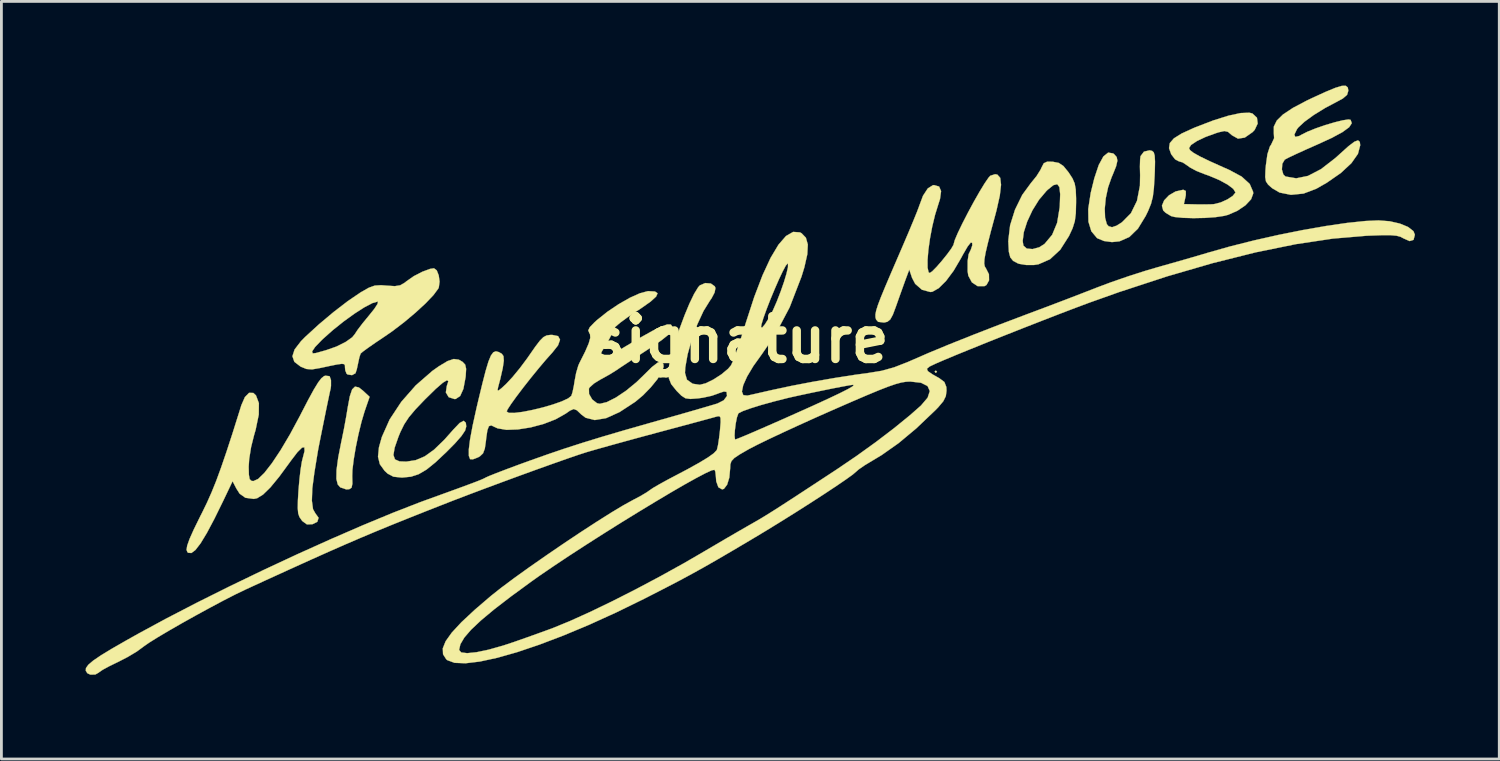
<source format=kicad_pcb>
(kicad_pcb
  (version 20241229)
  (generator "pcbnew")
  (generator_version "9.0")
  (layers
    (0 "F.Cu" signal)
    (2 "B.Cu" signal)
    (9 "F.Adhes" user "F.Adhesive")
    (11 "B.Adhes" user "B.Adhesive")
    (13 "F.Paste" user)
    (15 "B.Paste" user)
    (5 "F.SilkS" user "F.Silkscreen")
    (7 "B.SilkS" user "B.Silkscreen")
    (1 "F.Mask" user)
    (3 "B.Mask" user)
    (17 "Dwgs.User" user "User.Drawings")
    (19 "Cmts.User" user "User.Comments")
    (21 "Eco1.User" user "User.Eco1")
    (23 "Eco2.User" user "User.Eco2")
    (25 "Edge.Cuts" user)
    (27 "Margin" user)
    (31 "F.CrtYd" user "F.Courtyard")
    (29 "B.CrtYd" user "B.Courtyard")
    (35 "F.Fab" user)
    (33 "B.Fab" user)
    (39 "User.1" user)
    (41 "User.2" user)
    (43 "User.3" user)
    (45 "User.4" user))
  (footprint "signature"
    (layer "F.Cu")
    (at 23.29 9.044)
    (property "Reference" "signature" (at 0 0 0) (layer "F.SilkS") (effects (font (size 1.524 1.524) (thickness 0.3))))
    (attr through_hole)
    (fp_poly (pts (xy 7.027 1.143) (xy 6.985 1.185) (xy 6.943 1.143) (xy 6.985 1.101) (xy 7.027 1.143)) (stroke (width 0.01) (type solid)) (fill yes) (layer "F.SilkS"))
    (fp_poly (pts (xy -13.561 1.703) (xy -13.416 1.816) (xy -13.178 2.037) (xy -13.359 2.563) (xy -13.468 2.93) (xy -13.575 3.37) (xy -13.671 3.834) (xy -13.745 4.275) (xy -13.79 4.642) (xy -13.797 4.861) (xy -13.791 5.131) (xy -13.82 5.272) (xy -13.902 5.327) (xy -14.009 5.334) (xy -14.223 5.261) (xy -14.313 5.157) (xy -14.361 4.961) (xy -14.356 4.647) (xy -14.296 4.2) (xy -14.18 3.608) (xy -14.168 3.556) (xy -14.088 3.161) (xy -14.006 2.714) (xy -13.957 2.413) (xy -13.882 2.015) (xy -13.8 1.772) (xy -13.697 1.673) (xy -13.561 1.703)) (stroke (width 0.01) (type solid)) (fill yes) (layer "F.SilkS"))
    (fp_poly (pts (xy 14.689 -6.72) (xy 14.746 -6.669) (xy 14.779 -6.551) (xy 14.791 -6.336) (xy 14.784 -5.994) (xy 14.776 -5.815) (xy 14.751 -5.395) (xy 14.713 -5.087) (xy 14.648 -4.834) (xy 14.544 -4.579) (xy 14.46 -4.406) (xy 14.182 -3.951) (xy 13.876 -3.654) (xy 13.528 -3.501) (xy 13.259 -3.473) (xy 12.972 -3.512) (xy 12.74 -3.608) (xy 12.721 -3.622) (xy 12.523 -3.859) (xy 12.42 -4.198) (xy 12.413 -4.65) (xy 12.501 -5.224) (xy 12.63 -5.748) (xy 12.787 -6.218) (xy 12.952 -6.522) (xy 13.123 -6.66) (xy 13.299 -6.631) (xy 13.335 -6.604) (xy 13.426 -6.501) (xy 13.451 -6.372) (xy 13.407 -6.177) (xy 13.289 -5.881) (xy 13.245 -5.781) (xy 13.12 -5.423) (xy 13.037 -5.036) (xy 13.001 -4.66) (xy 13.013 -4.339) (xy 13.075 -4.111) (xy 13.138 -4.038) (xy 13.261 -4.003) (xy 13.425 -4.059) (xy 13.614 -4.179) (xy 13.933 -4.501) (xy 14.149 -4.942) (xy 14.254 -5.481) (xy 14.26 -5.857) (xy 14.253 -6.162) (xy 14.26 -6.411) (xy 14.275 -6.533) (xy 14.397 -6.694) (xy 14.598 -6.741) (xy 14.689 -6.72)) (stroke (width 0.01) (type solid)) (fill yes) (layer "F.SilkS"))
    (fp_poly (pts (xy 11.151 -6.334) (xy 11.364 -6.292) (xy 11.53 -6.181) (xy 11.708 -5.962) (xy 11.723 -5.941) (xy 11.853 -5.74) (xy 11.93 -5.56) (xy 11.968 -5.345) (xy 11.98 -5.039) (xy 11.98 -4.882) (xy 11.971 -4.501) (xy 11.935 -4.218) (xy 11.856 -3.966) (xy 11.726 -3.687) (xy 11.415 -3.199) (xy 11.051 -2.862) (xy 10.642 -2.683) (xy 10.484 -2.658) (xy 10.202 -2.658) (xy 9.956 -2.698) (xy 9.908 -2.714) (xy 9.738 -2.805) (xy 9.637 -2.929) (xy 9.586 -3.127) (xy 9.569 -3.441) (xy 9.569 -3.506) (xy 10.078 -3.506) (xy 10.106 -3.345) (xy 10.225 -3.242) (xy 10.431 -3.224) (xy 10.668 -3.288) (xy 10.857 -3.408) (xy 11.129 -3.734) (xy 11.305 -4.158) (xy 11.395 -4.704) (xy 11.4 -4.772) (xy 11.414 -5.181) (xy 11.386 -5.432) (xy 11.309 -5.535) (xy 11.172 -5.5) (xy 10.968 -5.336) (xy 10.922 -5.291) (xy 10.659 -4.98) (xy 10.426 -4.605) (xy 10.24 -4.206) (xy 10.118 -3.826) (xy 10.078 -3.506) (xy 9.569 -3.506) (xy 9.569 -3.549) (xy 9.631 -4.071) (xy 9.805 -4.627) (xy 10.063 -5.154) (xy 10.38 -5.587) (xy 10.382 -5.588) (xy 10.571 -5.821) (xy 10.716 -6.053) (xy 10.747 -6.122) (xy 10.829 -6.28) (xy 10.953 -6.338) (xy 11.151 -6.334)) (stroke (width 0.01) (type solid)) (fill yes) (layer "F.SilkS"))
    (fp_poly (pts (xy -10.001 0.714) (xy -9.867 0.792) (xy -9.774 0.891) (xy -9.741 1.041) (xy -9.756 1.296) (xy -9.761 1.34) (xy -9.838 1.753) (xy -9.953 2.008) (xy -10.111 2.113) (xy -10.153 2.117) (xy -10.362 2.05) (xy -10.463 1.88) (xy -10.429 1.651) (xy -10.428 1.648) (xy -10.374 1.483) (xy -10.421 1.445) (xy -10.57 1.535) (xy -10.824 1.755) (xy -11.182 2.106) (xy -11.217 2.14) (xy -11.545 2.484) (xy -11.778 2.761) (xy -11.947 3.017) (xy -12.084 3.296) (xy -12.151 3.46) (xy -12.286 3.847) (xy -12.33 4.109) (xy -12.275 4.265) (xy -12.115 4.336) (xy -11.87 4.345) (xy -11.536 4.293) (xy -11.215 4.157) (xy -10.883 3.919) (xy -10.515 3.563) (xy -10.188 3.195) (xy -9.971 2.968) (xy -9.827 2.891) (xy -9.751 2.962) (xy -9.737 3.095) (xy -9.776 3.237) (xy -9.906 3.431) (xy -10.139 3.697) (xy -10.435 3.996) (xy -10.831 4.369) (xy -11.153 4.629) (xy -11.433 4.793) (xy -11.703 4.881) (xy -11.995 4.91) (xy -12.046 4.911) (xy -12.328 4.882) (xy -12.536 4.772) (xy -12.647 4.668) (xy -12.814 4.436) (xy -12.879 4.17) (xy -12.845 3.833) (xy -12.742 3.467) (xy -12.463 2.842) (xy -12.05 2.216) (xy -11.534 1.628) (xy -10.945 1.115) (xy -10.709 0.948) (xy -10.404 0.765) (xy -10.182 0.69) (xy -10.001 0.714)) (stroke (width 0.01) (type solid)) (fill yes) (layer "F.SilkS"))
    (fp_poly (pts (xy 21.656 -8.979) (xy 21.675 -8.865) (xy 21.631 -8.718) (xy 21.478 -8.585) (xy 21.284 -8.48) (xy 20.848 -8.249) (xy 20.446 -8.001) (xy 20.116 -7.761) (xy 19.893 -7.554) (xy 19.847 -7.494) (xy 19.754 -7.303) (xy 19.784 -7.218) (xy 19.927 -7.252) (xy 20 -7.293) (xy 20.22 -7.404) (xy 20.518 -7.524) (xy 20.855 -7.64) (xy 21.188 -7.739) (xy 21.478 -7.81) (xy 21.682 -7.84) (xy 21.756 -7.826) (xy 21.798 -7.707) (xy 21.704 -7.563) (xy 21.466 -7.389) (xy 21.078 -7.18) (xy 20.558 -6.942) (xy 20.164 -6.768) (xy 19.822 -6.612) (xy 19.563 -6.49) (xy 19.422 -6.416) (xy 19.41 -6.409) (xy 19.324 -6.262) (xy 19.309 -6.059) (xy 19.361 -5.879) (xy 19.438 -5.809) (xy 19.819 -5.744) (xy 20.238 -5.83) (xy 20.7 -6.07) (xy 21.212 -6.466) (xy 21.365 -6.604) (xy 21.676 -6.884) (xy 21.889 -7.046) (xy 22.02 -7.096) (xy 22.084 -7.041) (xy 22.098 -6.921) (xy 22.017 -6.615) (xy 21.783 -6.282) (xy 21.41 -5.935) (xy 20.908 -5.587) (xy 20.534 -5.373) (xy 20.08 -5.201) (xy 19.632 -5.156) (xy 19.227 -5.237) (xy 18.961 -5.393) (xy 18.819 -5.52) (xy 18.742 -5.634) (xy 18.715 -5.788) (xy 18.724 -6.032) (xy 18.739 -6.207) (xy 18.794 -6.605) (xy 18.881 -6.875) (xy 18.93 -6.95) (xy 19.032 -7.172) (xy 19.021 -7.36) (xy 19.022 -7.585) (xy 19.127 -7.8) (xy 19.349 -8.018) (xy 19.703 -8.252) (xy 20.201 -8.515) (xy 20.39 -8.605) (xy 20.864 -8.822) (xy 21.209 -8.965) (xy 21.443 -9.036) (xy 21.585 -9.039) (xy 21.656 -8.979)) (stroke (width 0.01) (type solid)) (fill yes) (layer "F.SilkS"))
    (fp_poly (pts (xy 18.261 -8.052) (xy 18.421 -7.903) (xy 18.447 -7.695) (xy 18.341 -7.47) (xy 18.267 -7.39) (xy 17.987 -7.194) (xy 17.745 -7.157) (xy 17.528 -7.279) (xy 17.52 -7.287) (xy 17.389 -7.399) (xy 17.261 -7.428) (xy 17.066 -7.385) (xy 16.987 -7.361) (xy 16.597 -7.22) (xy 16.284 -7.072) (xy 16.075 -6.932) (xy 16.002 -6.82) (xy 16.04 -6.746) (xy 16.166 -6.649) (xy 16.396 -6.52) (xy 16.746 -6.351) (xy 17.232 -6.132) (xy 17.425 -6.048) (xy 17.877 -5.805) (xy 18.164 -5.543) (xy 18.284 -5.264) (xy 18.288 -5.202) (xy 18.212 -4.998) (xy 18.012 -4.784) (xy 17.727 -4.59) (xy 17.397 -4.445) (xy 17.253 -4.407) (xy 16.945 -4.361) (xy 16.563 -4.334) (xy 16.159 -4.326) (xy 15.785 -4.337) (xy 15.493 -4.366) (xy 15.364 -4.399) (xy 15.169 -4.517) (xy 15.083 -4.599) (xy 15.037 -4.768) (xy 15.116 -4.959) (xy 15.29 -5.14) (xy 15.524 -5.276) (xy 15.785 -5.334) (xy 15.803 -5.334) (xy 15.887 -5.294) (xy 15.888 -5.148) (xy 15.875 -5.08) (xy 15.819 -4.826) (xy 16.27 -4.816) (xy 16.561 -4.814) (xy 16.803 -4.819) (xy 16.89 -4.825) (xy 17.121 -4.882) (xy 17.361 -4.989) (xy 17.556 -5.115) (xy 17.651 -5.231) (xy 17.653 -5.247) (xy 17.577 -5.37) (xy 17.373 -5.523) (xy 17.072 -5.686) (xy 16.708 -5.839) (xy 16.552 -5.894) (xy 16.271 -6.005) (xy 16.034 -6.132) (xy 15.954 -6.191) (xy 15.775 -6.31) (xy 15.639 -6.35) (xy 15.508 -6.419) (xy 15.376 -6.588) (xy 15.364 -6.61) (xy 15.29 -6.819) (xy 15.318 -6.999) (xy 15.462 -7.166) (xy 15.737 -7.338) (xy 16.16 -7.532) (xy 16.227 -7.56) (xy 16.865 -7.805) (xy 17.408 -7.975) (xy 17.841 -8.068) (xy 18.151 -8.08) (xy 18.261 -8.052)) (stroke (width 0.01) (type solid)) (fill yes) (layer "F.SilkS"))
    (fp_poly (pts (xy -10.787 -2.466) (xy -10.716 -2.287) (xy -10.687 -2.065) (xy -10.713 -1.863) (xy -10.734 -1.815) (xy -10.904 -1.586) (xy -11.184 -1.292) (xy -11.543 -0.961) (xy -11.949 -0.62) (xy -12.37 -0.299) (xy -12.632 -0.118) (xy -12.96 0.102) (xy -13.233 0.292) (xy -13.422 0.431) (xy -13.496 0.495) (xy -13.54 0.62) (xy -13.586 0.83) (xy -13.589 0.847) (xy -13.635 1.06) (xy -13.68 1.195) (xy -13.682 1.199) (xy -13.804 1.265) (xy -13.959 1.242) (xy -13.998 1.214) (xy -14.046 1.09) (xy -14.055 0.992) (xy -14.057 0.917) (xy -14.085 0.873) (xy -14.167 0.862) (xy -14.332 0.884) (xy -14.609 0.94) (xy -14.944 1.012) (xy -15.226 1.06) (xy -15.427 1.046) (xy -15.624 0.966) (xy -15.642 0.956) (xy -15.858 0.79) (xy -15.927 0.592) (xy -15.872 0.422) (xy -15.227 0.422) (xy -15.202 0.491) (xy -15.092 0.478) (xy -14.893 0.423) (xy -14.732 0.378) (xy -14.361 0.248) (xy -14.034 0.085) (xy -13.796 -0.084) (xy -13.708 -0.192) (xy -13.605 -0.348) (xy -13.427 -0.582) (xy -13.21 -0.846) (xy -13.192 -0.868) (xy -13.009 -1.097) (xy -12.898 -1.268) (xy -12.879 -1.351) (xy -12.89 -1.355) (xy -13.079 -1.301) (xy -13.363 -1.152) (xy -13.711 -0.929) (xy -14.094 -0.653) (xy -14.481 -0.344) (xy -14.843 -0.022) (xy -14.88 0.013) (xy -15.119 0.262) (xy -15.227 0.422) (xy -15.872 0.422) (xy -15.849 0.351) (xy -15.62 0.054) (xy -15.473 -0.095) (xy -14.984 -0.543) (xy -14.461 -0.982) (xy -13.951 -1.374) (xy -13.502 -1.679) (xy -13.477 -1.694) (xy -13.204 -1.849) (xy -12.994 -1.924) (xy -12.77 -1.938) (xy -12.566 -1.922) (xy -12.279 -1.904) (xy -12.09 -1.934) (xy -11.928 -2.027) (xy -11.86 -2.082) (xy -11.603 -2.261) (xy -11.303 -2.416) (xy -11.027 -2.518) (xy -10.886 -2.54) (xy -10.787 -2.466)) (stroke (width 0.01) (type solid)) (fill yes) (layer "F.SilkS"))
    (fp_poly (pts (xy 9.176 -5.877) (xy 9.279 -5.76) (xy 9.308 -5.514) (xy 9.264 -5.13) (xy 9.146 -4.603) (xy 9.105 -4.448) (xy 8.947 -3.863) (xy 8.833 -3.418) (xy 8.757 -3.092) (xy 8.717 -2.863) (xy 8.709 -2.709) (xy 8.728 -2.607) (xy 8.771 -2.536) (xy 8.773 -2.533) (xy 8.877 -2.328) (xy 8.881 -2.111) (xy 8.79 -1.946) (xy 8.717 -1.904) (xy 8.474 -1.904) (xy 8.27 -2.039) (xy 8.142 -2.277) (xy 8.118 -2.436) (xy 8.119 -2.802) (xy 8.153 -3.04) (xy 8.225 -3.189) (xy 8.228 -3.192) (xy 8.284 -3.357) (xy 8.28 -3.446) (xy 8.23 -3.457) (xy 8.119 -3.317) (xy 7.952 -3.03) (xy 7.883 -2.901) (xy 7.619 -2.452) (xy 7.348 -2.089) (xy 7.09 -1.833) (xy 6.864 -1.705) (xy 6.792 -1.695) (xy 6.493 -1.775) (xy 6.25 -1.987) (xy 6.139 -2.199) (xy 6.04 -2.494) (xy 5.899 -2.115) (xy 5.795 -1.826) (xy 5.666 -1.466) (xy 5.567 -1.185) (xy 5.456 -0.888) (xy 5.363 -0.718) (xy 5.261 -0.636) (xy 5.143 -0.608) (xy 4.932 -0.633) (xy 4.858 -0.715) (xy 4.836 -0.797) (xy 4.835 -0.898) (xy 4.862 -1.036) (xy 4.924 -1.233) (xy 5.028 -1.508) (xy 5.182 -1.881) (xy 5.391 -2.372) (xy 5.61 -2.879) (xy 5.827 -3.382) (xy 6.024 -3.844) (xy 6.188 -4.238) (xy 6.31 -4.538) (xy 6.378 -4.716) (xy 6.386 -4.741) (xy 6.529 -5.124) (xy 6.699 -5.384) (xy 6.882 -5.499) (xy 6.922 -5.503) (xy 7.103 -5.451) (xy 7.173 -5.288) (xy 7.134 -5.005) (xy 7.071 -4.808) (xy 6.957 -4.439) (xy 6.857 -4.025) (xy 6.777 -3.599) (xy 6.72 -3.192) (xy 6.691 -2.835) (xy 6.692 -2.561) (xy 6.728 -2.4) (xy 6.769 -2.371) (xy 6.858 -2.433) (xy 7.014 -2.591) (xy 7.2 -2.805) (xy 7.385 -3.035) (xy 7.535 -3.239) (xy 7.615 -3.377) (xy 7.62 -3.4) (xy 7.661 -3.546) (xy 7.771 -3.804) (xy 7.932 -4.138) (xy 8.126 -4.515) (xy 8.334 -4.901) (xy 8.539 -5.261) (xy 8.722 -5.562) (xy 8.864 -5.769) (xy 8.924 -5.835) (xy 9.095 -5.89) (xy 9.176 -5.877)) (stroke (width 0.01) (type solid)) (fill yes) (layer "F.SilkS"))
    (fp_poly (pts (xy -14.603 1.302) (xy -14.554 1.439) (xy -14.553 1.455) (xy -14.553 1.646) (xy -14.564 1.736) (xy -14.595 1.87) (xy -14.649 2.128) (xy -14.72 2.47) (xy -14.798 2.855) (xy -14.876 3.24) (xy -14.945 3.584) (xy -14.997 3.847) (xy -15.021 3.979) (xy -15.053 4.174) (xy -15.101 4.466) (xy -15.146 4.741) (xy -15.219 5.3) (xy -15.234 5.737) (xy -15.193 6.039) (xy -15.113 6.181) (xy -14.995 6.345) (xy -15.04 6.488) (xy -15.212 6.573) (xy -15.41 6.581) (xy -15.57 6.465) (xy -15.602 6.426) (xy -15.677 6.316) (xy -15.721 6.187) (xy -15.737 6) (xy -15.731 5.716) (xy -15.711 5.376) (xy -15.677 4.982) (xy -15.635 4.621) (xy -15.591 4.348) (xy -15.568 4.255) (xy -15.495 3.971) (xy -15.501 3.834) (xy -15.585 3.846) (xy -15.746 4.006) (xy -15.981 4.313) (xy -16.015 4.361) (xy -16.399 4.884) (xy -16.715 5.267) (xy -16.973 5.518) (xy -17.183 5.648) (xy -17.302 5.673) (xy -17.602 5.632) (xy -17.806 5.487) (xy -17.922 5.305) (xy -18.058 5.043) (xy -18.38 5.718) (xy -18.704 6.378) (xy -18.975 6.888) (xy -19.198 7.255) (xy -19.379 7.49) (xy -19.524 7.599) (xy -19.638 7.591) (xy -19.666 7.568) (xy -19.697 7.486) (xy -19.674 7.337) (xy -19.591 7.102) (xy -19.44 6.763) (xy -19.214 6.302) (xy -19.132 6.141) (xy -18.964 5.795) (xy -18.803 5.432) (xy -18.64 5.029) (xy -18.469 4.562) (xy -18.279 4.008) (xy -18.062 3.344) (xy -17.811 2.546) (xy -17.745 2.334) (xy -17.619 2.046) (xy -17.472 1.897) (xy -17.319 1.898) (xy -17.225 1.985) (xy -17.121 2.262) (xy -17.125 2.67) (xy -17.236 3.208) (xy -17.293 3.405) (xy -17.398 3.824) (xy -17.467 4.256) (xy -17.484 4.53) (xy -17.477 4.814) (xy -17.45 4.967) (xy -17.389 5.029) (xy -17.316 5.038) (xy -17.148 4.962) (xy -16.924 4.744) (xy -16.654 4.397) (xy -16.347 3.936) (xy -16.014 3.374) (xy -15.665 2.726) (xy -15.622 2.642) (xy -15.363 2.142) (xy -15.163 1.776) (xy -15.011 1.527) (xy -14.894 1.374) (xy -14.8 1.3) (xy -14.753 1.285) (xy -14.603 1.302)) (stroke (width 0.01) (type solid)) (fill yes) (layer "F.SilkS"))
    (fp_poly (pts (xy -3.015 -1.713) (xy -2.924 -1.65) (xy -2.976 -1.532) (xy -3.172 -1.354) (xy -3.518 -1.11) (xy -3.676 -1.007) (xy -3.999 -0.791) (xy -4.261 -0.598) (xy -4.433 -0.45) (xy -4.487 -0.374) (xy -4.53 -0.243) (xy -4.641 -0.028) (xy -4.741 0.141) (xy -4.908 0.422) (xy -4.981 0.599) (xy -4.95 0.674) (xy -4.807 0.648) (xy -4.545 0.521) (xy -4.154 0.296) (xy -4.064 0.242) (xy -3.519 -0.081) (xy -3.1 -0.315) (xy -2.793 -0.465) (xy -2.586 -0.538) (xy -2.464 -0.54) (xy -2.436 -0.522) (xy -2.382 -0.428) (xy -2.411 -0.316) (xy -2.54 -0.172) (xy -2.781 0.02) (xy -3.151 0.273) (xy -3.318 0.383) (xy -3.677 0.617) (xy -4.003 0.831) (xy -4.259 1) (xy -4.405 1.099) (xy -4.619 1.233) (xy -4.889 1.384) (xy -4.966 1.425) (xy -5.188 1.562) (xy -5.34 1.699) (xy -5.368 1.744) (xy -5.363 1.936) (xy -5.251 2.131) (xy -5.08 2.264) (xy -4.979 2.286) (xy -4.731 2.226) (xy -4.408 2.063) (xy -4.045 1.819) (xy -3.678 1.518) (xy -3.428 1.276) (xy -3.126 0.978) (xy -2.913 0.814) (xy -2.78 0.779) (xy -2.718 0.87) (xy -2.709 0.969) (xy -2.77 1.157) (xy -2.933 1.414) (xy -3.168 1.702) (xy -3.444 1.985) (xy -3.717 2.214) (xy -4.277 2.58) (xy -4.757 2.797) (xy -5.16 2.864) (xy -5.486 2.782) (xy -5.638 2.667) (xy -5.797 2.516) (xy -5.909 2.471) (xy -6.043 2.529) (xy -6.195 2.635) (xy -6.55 2.836) (xy -6.979 3.002) (xy -7.442 3.126) (xy -7.898 3.198) (xy -8.304 3.213) (xy -8.619 3.16) (xy -8.718 3.115) (xy -8.847 3.054) (xy -8.93 3.083) (xy -8.984 3.227) (xy -9.026 3.51) (xy -9.034 3.594) (xy -9.075 3.88) (xy -9.139 4.05) (xy -9.25 4.155) (xy -9.315 4.192) (xy -9.492 4.26) (xy -9.598 4.259) (xy -9.599 4.258) (xy -9.644 4.14) (xy -9.645 3.909) (xy -9.601 3.556) (xy -9.51 3.067) (xy -9.37 2.433) (xy -9.31 2.177) (xy -9.163 1.569) (xy -9.045 1.11) (xy -8.946 0.781) (xy -8.858 0.568) (xy -8.773 0.452) (xy -8.681 0.416) (xy -8.576 0.444) (xy -8.469 0.505) (xy -8.411 0.588) (xy -8.399 0.751) (xy -8.437 1.016) (xy -8.526 1.406) (xy -8.602 1.693) (xy -8.622 1.8) (xy -8.587 1.813) (xy -8.474 1.724) (xy -8.305 1.566) (xy -8.088 1.333) (xy -7.828 1.017) (xy -7.573 0.676) (xy -7.515 0.593) (xy -7.282 0.258) (xy -7.116 0.04) (xy -6.99 -0.087) (xy -6.875 -0.148) (xy -6.745 -0.167) (xy -6.677 -0.168) (xy -6.466 -0.125) (xy -6.396 0.003) (xy -6.468 0.205) (xy -6.669 0.459) (xy -6.895 0.711) (xy -7.157 1.021) (xy -7.435 1.362) (xy -7.706 1.706) (xy -7.949 2.027) (xy -8.142 2.295) (xy -8.265 2.484) (xy -8.297 2.559) (xy -8.223 2.608) (xy -8.023 2.61) (xy -7.732 2.574) (xy -7.384 2.506) (xy -7.013 2.416) (xy -6.655 2.312) (xy -6.342 2.202) (xy -6.11 2.095) (xy -5.996 2.004) (xy -5.952 1.872) (xy -5.903 1.637) (xy -5.88 1.486) (xy -5.824 1.189) (xy -5.748 0.93) (xy -5.713 0.847) (xy -5.504 0.432) (xy -5.376 0.137) (xy -5.32 -0.062) (xy -5.329 -0.191) (xy -5.356 -0.239) (xy -5.392 -0.329) (xy -5.337 -0.442) (xy -5.173 -0.612) (xy -5.08 -0.697) (xy -4.712 -0.991) (xy -4.308 -1.263) (xy -3.908 -1.491) (xy -3.549 -1.652) (xy -3.272 -1.725) (xy -3.244 -1.726) (xy -3.015 -1.713)) (stroke (width 0.01) (type solid)) (fill yes) (layer "F.SilkS"))
    (fp_poly (pts (xy 23.146 -4.215) (xy 23.51 -4.132) (xy 23.805 -4.01) (xy 23.994 -3.862) (xy 24.045 -3.735) (xy 23.997 -3.552) (xy 23.857 -3.509) (xy 23.646 -3.602) (xy 23.533 -3.662) (xy 23.39 -3.7) (xy 23.186 -3.718) (xy 22.887 -3.719) (xy 22.461 -3.704) (xy 22.316 -3.698) (xy 21.125 -3.597) (xy 19.807 -3.4) (xy 18.376 -3.108) (xy 16.843 -2.724) (xy 15.219 -2.252) (xy 13.515 -1.694) (xy 12.446 -1.314) (xy 11.988 -1.143) (xy 11.434 -0.932) (xy 10.812 -0.691) (xy 10.15 -0.432) (xy 9.478 -0.167) (xy 8.823 0.094) (xy 8.216 0.339) (xy 7.684 0.556) (xy 7.257 0.735) (xy 6.991 0.85) (xy 6.767 0.956) (xy 6.668 1.038) (xy 6.701 1.123) (xy 6.872 1.24) (xy 7.106 1.372) (xy 7.29 1.509) (xy 7.36 1.687) (xy 7.366 1.817) (xy 7.342 2.011) (xy 7.252 2.194) (xy 7.068 2.413) (xy 6.964 2.519) (xy 6.285 3.165) (xy 5.659 3.687) (xy 5.057 4.111) (xy 4.714 4.317) (xy 4.45 4.476) (xy 4.239 4.622) (xy 4.142 4.707) (xy 4.025 4.807) (xy 3.784 4.98) (xy 3.441 5.214) (xy 3.017 5.495) (xy 2.532 5.809) (xy 2.009 6.142) (xy 1.468 6.48) (xy 0.931 6.81) (xy 0.423 7.115) (xy -0.231 7.502) (xy -0.777 7.821) (xy -1.25 8.092) (xy -1.688 8.335) (xy -2.125 8.571) (xy -2.599 8.818) (xy -3.145 9.098) (xy -3.401 9.229) (xy -4.395 9.715) (xy -5.356 10.152) (xy -6.274 10.536) (xy -7.135 10.863) (xy -7.926 11.13) (xy -8.636 11.331) (xy -9.252 11.464) (xy -9.761 11.525) (xy -10.152 11.51) (xy -10.41 11.415) (xy -10.45 11.382) (xy -10.563 11.205) (xy -10.569 11.052) (xy -9.991 11.052) (xy -9.916 11.14) (xy -9.703 11.166) (xy -9.371 11.132) (xy -8.938 11.041) (xy -8.424 10.896) (xy -8.043 10.77) (xy -7.616 10.62) (xy -7.202 10.472) (xy -6.854 10.346) (xy -6.646 10.269) (xy -6.043 10.022) (xy -5.329 9.699) (xy -4.535 9.316) (xy -3.694 8.889) (xy -2.837 8.434) (xy -1.996 7.968) (xy -1.397 7.621) (xy -0.939 7.352) (xy -0.479 7.082) (xy -0.059 6.838) (xy 0.276 6.645) (xy 0.381 6.585) (xy 0.568 6.478) (xy 0.752 6.371) (xy 0.949 6.251) (xy 1.179 6.107) (xy 1.46 5.928) (xy 1.809 5.702) (xy 2.244 5.418) (xy 2.784 5.064) (xy 3.447 4.629) (xy 3.471 4.613) (xy 4.167 4.14) (xy 4.856 3.644) (xy 5.501 3.152) (xy 6.067 2.691) (xy 6.456 2.348) (xy 6.694 2.068) (xy 6.771 1.833) (xy 6.691 1.653) (xy 6.458 1.536) (xy 6.076 1.493) (xy 6.07 1.493) (xy 5.924 1.5) (xy 5.759 1.527) (xy 5.555 1.582) (xy 5.293 1.672) (xy 4.954 1.804) (xy 4.518 1.985) (xy 3.966 2.222) (xy 3.302 2.512) (xy 2.677 2.789) (xy 2.07 3.064) (xy 1.506 3.324) (xy 1.013 3.556) (xy 0.618 3.749) (xy 0.347 3.889) (xy 0.318 3.905) (xy 0.004 4.086) (xy -0.189 4.215) (xy -0.291 4.323) (xy -0.332 4.44) (xy -0.339 4.588) (xy -0.368 4.911) (xy -0.447 5.166) (xy -0.56 5.314) (xy -0.624 5.334) (xy -0.759 5.257) (xy -0.835 5.044) (xy -0.847 4.876) (xy -0.866 4.704) (xy -0.895 4.636) (xy -0.991 4.653) (xy -1.211 4.753) (xy -1.54 4.926) (xy -1.961 5.16) (xy -2.456 5.447) (xy -3.01 5.777) (xy -3.606 6.138) (xy -4.227 6.52) (xy -4.856 6.915) (xy -5.477 7.311) (xy -6.073 7.698) (xy -6.627 8.067) (xy -7.124 8.406) (xy -7.406 8.606) (xy -8.143 9.145) (xy -8.742 9.606) (xy -9.213 9.999) (xy -9.565 10.331) (xy -9.806 10.611) (xy -9.945 10.847) (xy -9.991 11.047) (xy -9.991 11.052) (xy -10.569 11.052) (xy -10.572 10.994) (xy -10.47 10.74) (xy -10.251 10.433) (xy -9.908 10.063) (xy -9.435 9.622) (xy -8.854 9.124) (xy -8.497 8.841) (xy -8.036 8.497) (xy -7.497 8.11) (xy -6.908 7.699) (xy -6.295 7.28) (xy -5.684 6.872) (xy -5.103 6.494) (xy -4.577 6.162) (xy -4.134 5.896) (xy -3.799 5.712) (xy -3.796 5.71) (xy -3.528 5.568) (xy -3.311 5.439) (xy -3.217 5.373) (xy -3.086 5.283) (xy -2.847 5.144) (xy -2.548 4.98) (xy -2.455 4.931) (xy -1.876 4.626) (xy -1.436 4.382) (xy -1.123 4.192) (xy -0.923 4.048) (xy -0.821 3.941) (xy -0.808 3.915) (xy -0.771 3.757) (xy -0.731 3.492) (xy -0.724 3.436) (xy -0.182 3.436) (xy -0.166 3.549) (xy -0.155 3.556) (xy -0.061 3.523) (xy 0.167 3.43) (xy 0.505 3.286) (xy 0.932 3.1) (xy 1.427 2.883) (xy 1.843 2.698) (xy 2.562 2.376) (xy 3.131 2.115) (xy 3.559 1.912) (xy 3.852 1.764) (xy 4.018 1.667) (xy 4.063 1.617) (xy 4.033 1.609) (xy 3.912 1.625) (xy 3.663 1.671) (xy 3.324 1.736) (xy 2.931 1.816) (xy 2.521 1.901) (xy 2.133 1.984) (xy 1.803 2.057) (xy 1.693 2.083) (xy 1.208 2.206) (xy 0.764 2.329) (xy 0.389 2.446) (xy 0.114 2.545) (xy -0.033 2.619) (xy -0.048 2.633) (xy -0.098 2.774) (xy -0.141 2.992) (xy -0.171 3.232) (xy -0.182 3.436) (xy -0.724 3.436) (xy -0.701 3.23) (xy -0.678 2.939) (xy -0.682 2.783) (xy -0.721 2.726) (xy -0.802 2.735) (xy -0.812 2.738) (xy -0.938 2.773) (xy -1.202 2.845) (xy -1.578 2.947) (xy -2.043 3.072) (xy -2.569 3.213) (xy -2.879 3.296) (xy -3.469 3.455) (xy -4.048 3.613) (xy -4.581 3.76) (xy -5.034 3.887) (xy -5.371 3.984) (xy -5.461 4.011) (xy -5.734 4.099) (xy -6.137 4.237) (xy -6.641 4.415) (xy -7.218 4.621) (xy -7.838 4.846) (xy -8.474 5.08) (xy -9.096 5.311) (xy -9.676 5.529) (xy -10.186 5.724) (xy -10.329 5.78) (xy -11.089 6.078) (xy -11.758 6.344) (xy -12.363 6.587) (xy -12.928 6.819) (xy -13.478 7.05) (xy -14.038 7.291) (xy -14.634 7.553) (xy -15.289 7.846) (xy -16.03 8.182) (xy -16.88 8.57) (xy -17.596 8.899) (xy -17.951 9.07) (xy -18.383 9.291) (xy -18.865 9.548) (xy -19.369 9.823) (xy -19.866 10.101) (xy -20.329 10.367) (xy -20.729 10.604) (xy -21.039 10.798) (xy -21.232 10.933) (xy -21.25 10.948) (xy -21.475 11.112) (xy -21.792 11.301) (xy -22.133 11.477) (xy -22.155 11.487) (xy -22.449 11.63) (xy -22.681 11.756) (xy -22.808 11.842) (xy -22.818 11.854) (xy -22.943 11.925) (xy -23.12 11.93) (xy -23.227 11.882) (xy -23.285 11.794) (xy -23.279 11.697) (xy -23.196 11.58) (xy -23.024 11.433) (xy -22.748 11.245) (xy -22.357 11.007) (xy -21.836 10.708) (xy -21.419 10.474) (xy -20.42 9.933) (xy -19.325 9.366) (xy -18.162 8.786) (xy -16.961 8.207) (xy -15.751 7.642) (xy -14.56 7.106) (xy -13.417 6.61) (xy -12.353 6.169) (xy -11.395 5.796) (xy -11.091 5.685) (xy -10.483 5.465) (xy -10.015 5.295) (xy -9.665 5.166) (xy -9.414 5.072) (xy -9.241 5.004) (xy -9.127 4.955) (xy -9.051 4.917) (xy -9.034 4.907) (xy -8.907 4.851) (xy -8.65 4.749) (xy -8.292 4.612) (xy -7.862 4.452) (xy -7.476 4.312) (xy -6.841 4.087) (xy -6.224 3.877) (xy -5.59 3.673) (xy -4.903 3.462) (xy -4.128 3.234) (xy -3.227 2.977) (xy -3.133 2.95) (xy -2.465 2.761) (xy -1.855 2.587) (xy -1.335 2.436) (xy -0.934 2.318) (xy -0.791 2.275) (xy -0.568 2.161) (xy -0.451 2.007) (xy -0.466 1.862) (xy -0.562 1.848) (xy -0.739 1.907) (xy -0.763 1.918) (xy -0.995 2) (xy -1.307 2.068) (xy -1.481 2.092) (xy -1.755 2.113) (xy -1.93 2.089) (xy -2.075 1.996) (xy -2.244 1.826) (xy -2.438 1.585) (xy -2.525 1.365) (xy -2.54 1.18) (xy -2.509 0.902) (xy -2.423 0.524) (xy -2.295 0.082) (xy -2.139 -0.39) (xy -1.966 -0.856) (xy -1.79 -1.28) (xy -1.622 -1.629) (xy -1.477 -1.866) (xy -1.416 -1.933) (xy -1.226 -2.014) (xy -1.027 -1.998) (xy -0.886 -1.898) (xy -0.862 -1.837) (xy -0.892 -1.679) (xy -1.004 -1.466) (xy -1.057 -1.392) (xy -1.288 -1.019) (xy -1.51 -0.539) (xy -1.705 -0.006) (xy -1.854 0.524) (xy -1.937 0.995) (xy -1.947 1.187) (xy -1.877 1.428) (xy -1.674 1.571) (xy -1.419 1.609) (xy -1.207 1.555) (xy -0.931 1.419) (xy -0.647 1.235) (xy -0.411 1.038) (xy -0.308 0.915) (xy -0.24 0.769) (xy -0.137 0.493) (xy -0.009 0.12) (xy 0.133 -0.317) (xy 0.174 -0.451) (xy 0.762 -0.451) (xy 0.797 -0.424) (xy 0.898 -0.542) (xy 1.052 -0.786) (xy 1.184 -1.041) (xy 1.323 -1.359) (xy 1.458 -1.707) (xy 1.577 -2.049) (xy 1.668 -2.352) (xy 1.72 -2.58) (xy 1.721 -2.699) (xy 1.706 -2.709) (xy 1.643 -2.636) (xy 1.536 -2.437) (xy 1.399 -2.148) (xy 1.248 -1.802) (xy 1.095 -1.435) (xy 0.957 -1.08) (xy 0.846 -0.771) (xy 0.777 -0.543) (xy 0.762 -0.451) (xy 0.174 -0.451) (xy 0.218 -0.593) (xy 0.518 -1.516) (xy 0.814 -2.29) (xy 1.102 -2.912) (xy 1.381 -3.379) (xy 1.65 -3.689) (xy 1.905 -3.836) (xy 2.146 -3.819) (xy 2.204 -3.789) (xy 2.358 -3.629) (xy 2.427 -3.386) (xy 2.409 -3.041) (xy 2.305 -2.579) (xy 2.204 -2.248) (xy 1.78 -1.151) (xy 1.259 -0.164) (xy 0.791 0.518) (xy 0.488 0.94) (xy 0.265 1.313) (xy 0.127 1.621) (xy 0.08 1.848) (xy 0.129 1.977) (xy 0.275 1.993) (xy 0.443 1.956) (xy 0.725 1.892) (xy 1.068 1.814) (xy 1.185 1.788) (xy 1.849 1.646) (xy 2.602 1.502) (xy 3.378 1.367) (xy 4.108 1.253) (xy 4.589 1.187) (xy 5.06 1.11) (xy 5.501 0.987) (xy 5.988 0.797) (xy 6.156 0.724) (xy 6.746 0.467) (xy 7.473 0.166) (xy 8.313 -0.169) (xy 9.241 -0.529) (xy 10.234 -0.905) (xy 10.499 -1.004) (xy 11.037 -1.206) (xy 11.639 -1.435) (xy 12.23 -1.663) (xy 12.7 -1.846) (xy 13.231 -2.045) (xy 13.842 -2.256) (xy 14.448 -2.45) (xy 14.859 -2.571) (xy 15.35 -2.71) (xy 15.862 -2.856) (xy 16.331 -2.992) (xy 16.679 -3.096) (xy 17.475 -3.321) (xy 18.324 -3.534) (xy 19.195 -3.73) (xy 20.058 -3.903) (xy 20.882 -4.047) (xy 21.634 -4.156) (xy 22.283 -4.224) (xy 22.748 -4.245) (xy 23.146 -4.215)) (stroke (width 0.01) (type solid)) (fill yes) (layer "F.SilkS")))
  (gr_rect
    (start -3 -3)
    (end 50.34 23.979)
    (stroke (width 0.1) (type default))
    (fill no)
    (layer "Edge.Cuts")))
</source>
